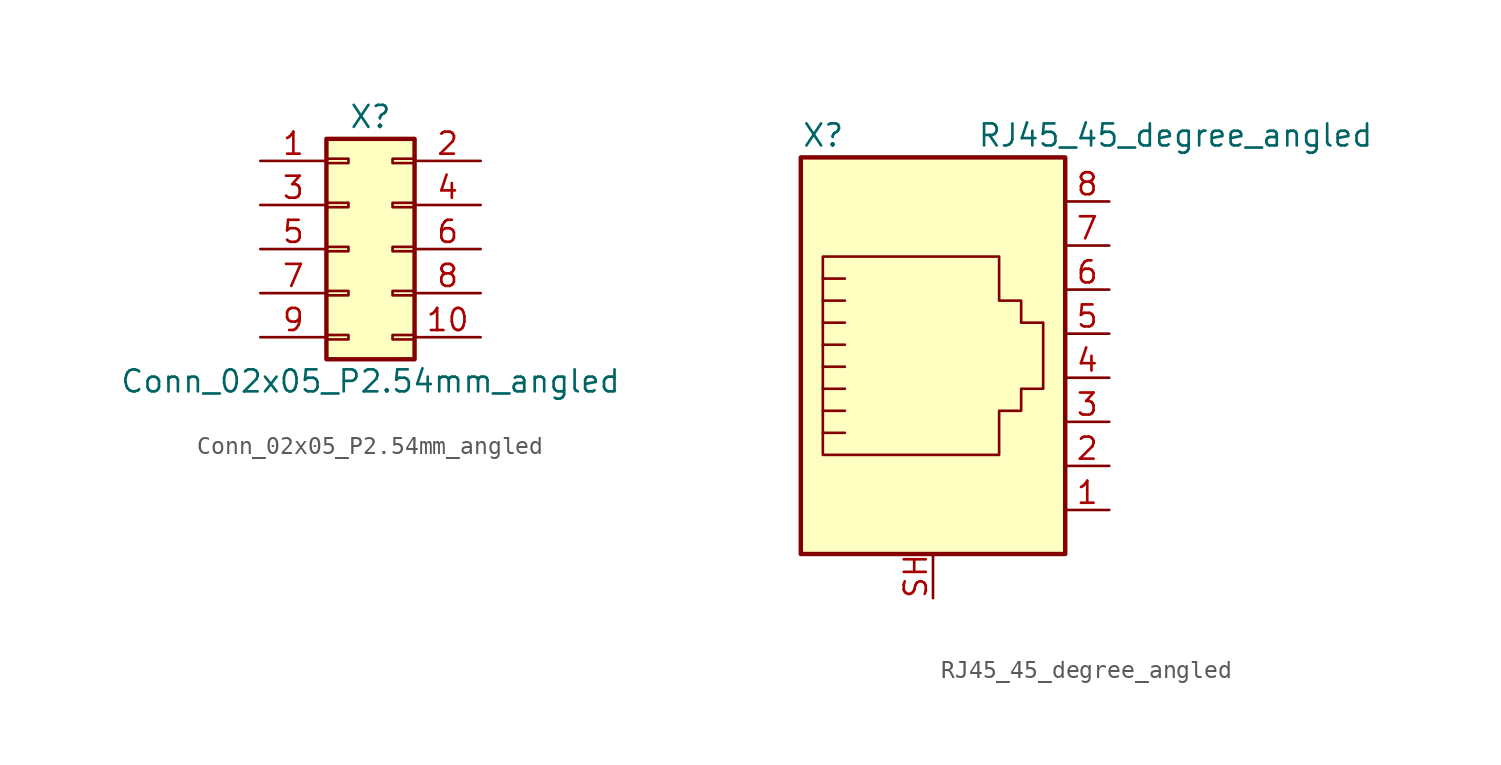
<source format=kicad_sym>
(kicad_symbol_lib
  (version 20220914)
  (generator kicad_db_lib)
  (symbol "Conn_02x05_P2.54mm_angled"
    (pin_names
      (offset 1.016) hide)
    (property "Reference" "X"
      (at 1.27 7.62 0)
      (effects (font (size 1.27 1.27))))
    (property "Value" "Conn_02x05_P2.54mm_angled"
      (at 1.27 -7.62 0)
      (effects (font (size 1.27 1.27))))
    (symbol "Conn_02x05_P2.54mm_angled_1_1"
      (rectangle (start -1.27 -4.953) (end 0 -5.207) (stroke (width 0.152) (type default)) (fill (type none)))
      (rectangle (start -1.27 -2.413) (end 0 -2.667) (stroke (width 0.152) (type default)) (fill (type none)))
      (rectangle (start -1.27 0.127) (end 0 -0.127) (stroke (width 0.152) (type default)) (fill (type none)))
      (rectangle (start -1.27 2.667) (end 0 2.413) (stroke (width 0.152) (type default)) (fill (type none)))
      (rectangle (start -1.27 5.207) (end 0 4.953) (stroke (width 0.152) (type default)) (fill (type none)))
      (rectangle (start -1.27 6.35) (end 3.81 -6.35) (stroke (width 0.254) (type default)) (fill (type background)))
      (rectangle (start 3.81 -4.953) (end 2.54 -5.207) (stroke (width 0.152) (type default)) (fill (type none)))
      (rectangle (start 3.81 -2.413) (end 2.54 -2.667) (stroke (width 0.152) (type default)) (fill (type none)))
      (rectangle (start 3.81 0.127) (end 2.54 -0.127) (stroke (width 0.152) (type default)) (fill (type none)))
      (rectangle (start 3.81 2.667) (end 2.54 2.413) (stroke (width 0.152) (type default)) (fill (type none)))
      (rectangle (start 3.81 5.207) (end 2.54 4.953) (stroke (width 0.152) (type default)) (fill (type none)))
      (pin passive line (at -5.08 5.08 0) (length 3.81) (name "Pin_1" (effects (font (size 1.27 1.27)))) (number "1" (effects (font (size 1.27 1.27)))))
      (pin passive line (at 7.62 -5.08 180) (length 3.81) (name "Pin_10" (effects (font (size 1.27 1.27)))) (number "10" (effects (font (size 1.27 1.27)))))
      (pin passive line (at 7.62 5.08 180) (length 3.81) (name "Pin_2" (effects (font (size 1.27 1.27)))) (number "2" (effects (font (size 1.27 1.27)))))
      (pin passive line (at -5.08 2.54 0) (length 3.81) (name "Pin_3" (effects (font (size 1.27 1.27)))) (number "3" (effects (font (size 1.27 1.27)))))
      (pin passive line (at 7.62 2.54 180) (length 3.81) (name "Pin_4" (effects (font (size 1.27 1.27)))) (number "4" (effects (font (size 1.27 1.27)))))
      (pin passive line (at -5.08 0 0) (length 3.81) (name "Pin_5" (effects (font (size 1.27 1.27)))) (number "5" (effects (font (size 1.27 1.27)))))
      (pin passive line (at 7.62 0 180) (length 3.81) (name "Pin_6" (effects (font (size 1.27 1.27)))) (number "6" (effects (font (size 1.27 1.27)))))
      (pin passive line (at -5.08 -2.54 0) (length 3.81) (name "Pin_7" (effects (font (size 1.27 1.27)))) (number "7" (effects (font (size 1.27 1.27)))))
      (pin passive line (at 7.62 -2.54 180) (length 3.81) (name "Pin_8" (effects (font (size 1.27 1.27)))) (number "8" (effects (font (size 1.27 1.27)))))
      (pin passive line (at -5.08 -5.08 0) (length 3.81) (name "Pin_9" (effects (font (size 1.27 1.27)))) (number "9" (effects (font (size 1.27 1.27)))))))
  (symbol "RJ45_45_degree_angled"
    (pin_names
      (offset 1.016))
    (property "Reference" "X"
      (at -5.08 13.97 0)
      (effects (font (size 1.27 1.27)) (justify right)))
    (property "Value" "RJ45_45_degree_angled"
      (at 2.54 13.97 0)
      (effects (font (size 1.27 1.27)) (justify left)))
    (symbol "RJ45_45_degree_angled_0_1"
      (polyline (pts (xy -5.08 4.445) (xy -6.35 4.445)) (stroke (width 0) (type default)) (fill (type none)))
      (polyline (pts (xy -5.08 5.715) (xy -6.35 5.715)) (stroke (width 0) (type default)) (fill (type none)))
      (polyline (pts (xy -6.35 -3.175) (xy -5.08 -3.175) (xy -5.08 -3.175)) (stroke (width 0) (type default)) (fill (type none)))
      (polyline (pts (xy -6.35 -1.905) (xy -5.08 -1.905) (xy -5.08 -1.905)) (stroke (width 0) (type default)) (fill (type none)))
      (polyline (pts (xy -6.35 -0.635) (xy -5.08 -0.635) (xy -5.08 -0.635)) (stroke (width 0) (type default)) (fill (type none)))
      (polyline (pts (xy -6.35 0.635) (xy -5.08 0.635) (xy -5.08 0.635)) (stroke (width 0) (type default)) (fill (type none)))
      (polyline (pts (xy -6.35 1.905) (xy -5.08 1.905) (xy -5.08 1.905)) (stroke (width 0) (type default)) (fill (type none)))
      (polyline (pts (xy -5.08 3.175) (xy -6.35 3.175) (xy -6.35 3.175)) (stroke (width 0) (type default)) (fill (type none)))
      (polyline (pts (xy -6.35 -4.445) (xy -6.35 6.985) (xy 3.81 6.985) (xy 3.81 4.445) (xy 5.08 4.445) (xy 5.08 3.175) (xy 6.35 3.175) (xy 6.35 -0.635) (xy 5.08 -0.635) (xy 5.08 -1.905) (xy 3.81 -1.905) (xy 3.81 -4.445) (xy -6.35 -4.445) (xy -6.35 -4.445)) (stroke (width 0) (type default)) (fill (type none)))
      (rectangle (start 7.62 12.7) (end -7.62 -10.16) (stroke (width 0.254) (type default)) (fill (type background))))
    (symbol "RJ45_45_degree_angled_1_1"
      (pin passive line (at 10.16 -7.62 180) (length 2.54) (name "~" (effects (font (size 1.27 1.27)))) (number "1" (effects (font (size 1.27 1.27)))))
      (pin passive line (at 10.16 -5.08 180) (length 2.54) (name "~" (effects (font (size 1.27 1.27)))) (number "2" (effects (font (size 1.27 1.27)))))
      (pin passive line (at 10.16 -2.54 180) (length 2.54) (name "~" (effects (font (size 1.27 1.27)))) (number "3" (effects (font (size 1.27 1.27)))))
      (pin passive line (at 10.16 0 180) (length 2.54) (name "~" (effects (font (size 1.27 1.27)))) (number "4" (effects (font (size 1.27 1.27)))))
      (pin passive line (at 10.16 2.54 180) (length 2.54) (name "~" (effects (font (size 1.27 1.27)))) (number "5" (effects (font (size 1.27 1.27)))))
      (pin passive line (at 10.16 5.08 180) (length 2.54) (name "~" (effects (font (size 1.27 1.27)))) (number "6" (effects (font (size 1.27 1.27)))))
      (pin passive line (at 10.16 7.62 180) (length 2.54) (name "~" (effects (font (size 1.27 1.27)))) (number "7" (effects (font (size 1.27 1.27)))))
      (pin passive line (at 10.16 10.16 180) (length 2.54) (name "~" (effects (font (size 1.27 1.27)))) (number "8" (effects (font (size 1.27 1.27)))))
      (pin passive line (at 0 -12.7 90) (length 2.54) (name "~" (effects (font (size 1.27 1.27)))) (number "SH" (effects (font (size 1.27 1.27))))))))
</source>
